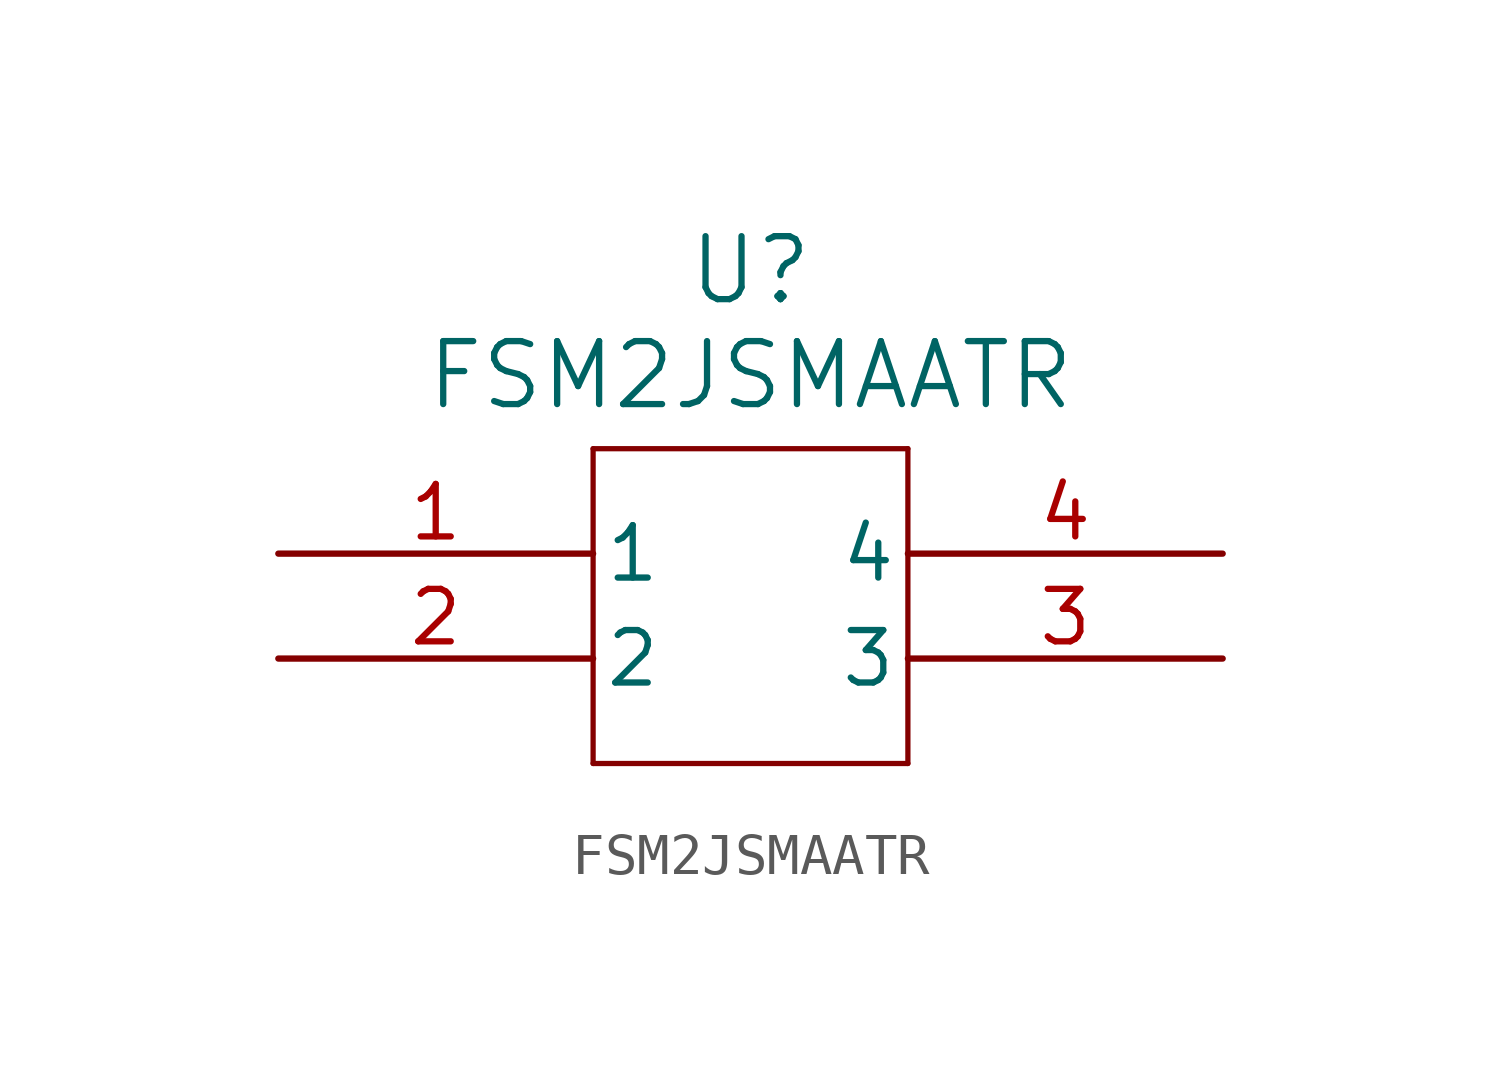
<source format=kicad_sym>
(kicad_symbol_lib
  (version 20231120)
  (generator "kicad_symbol_editor")
  (generator_version "8.0")
  (symbol "FSM2JSMAATR"
    (pin_names
      (offset 0.254))
    (property "Reference" "U"
      (at 11.43 9.398 0)
      (effects (font (size 1.524 1.524))))
    (property "Value" "FSM2JSMAATR"
      (at 11.43 6.858 0)
      (effects (font (size 1.524 1.524))))
    (property "ki_locked" ""
      (at 0 0 0)
      (effects (font (size 1.27 1.27))))
    (symbol "FSM2JSMAATR_0_1"
      (polyline (pts (xy 7.62 -2.54) (xy 15.24 -2.54)) (stroke (width 0.127) (type default)) (fill (type none)))
      (polyline (pts (xy 7.62 5.08) (xy 7.62 -2.54)) (stroke (width 0.127) (type default)) (fill (type none)))
      (polyline (pts (xy 15.24 -2.54) (xy 15.24 5.08)) (stroke (width 0.127) (type default)) (fill (type none)))
      (polyline (pts (xy 15.24 5.08) (xy 7.62 5.08)) (stroke (width 0.127) (type default)) (fill (type none)))
      (pin passive line (at 0 2.54 0) (length 7.62) (name "1" (effects (font (size 1.27 1.27)))) (number "1" (effects (font (size 1.27 1.27)))))
      (pin passive line (at 0 0 0) (length 7.62) (name "2" (effects (font (size 1.27 1.27)))) (number "2" (effects (font (size 1.27 1.27)))))
      (pin passive line (at 22.86 0 180) (length 7.62) (name "3" (effects (font (size 1.27 1.27)))) (number "3" (effects (font (size 1.27 1.27)))))
      (pin passive line (at 22.86 2.54 180) (length 7.62) (name "4" (effects (font (size 1.27 1.27)))) (number "4" (effects (font (size 1.27 1.27))))))))
</source>
